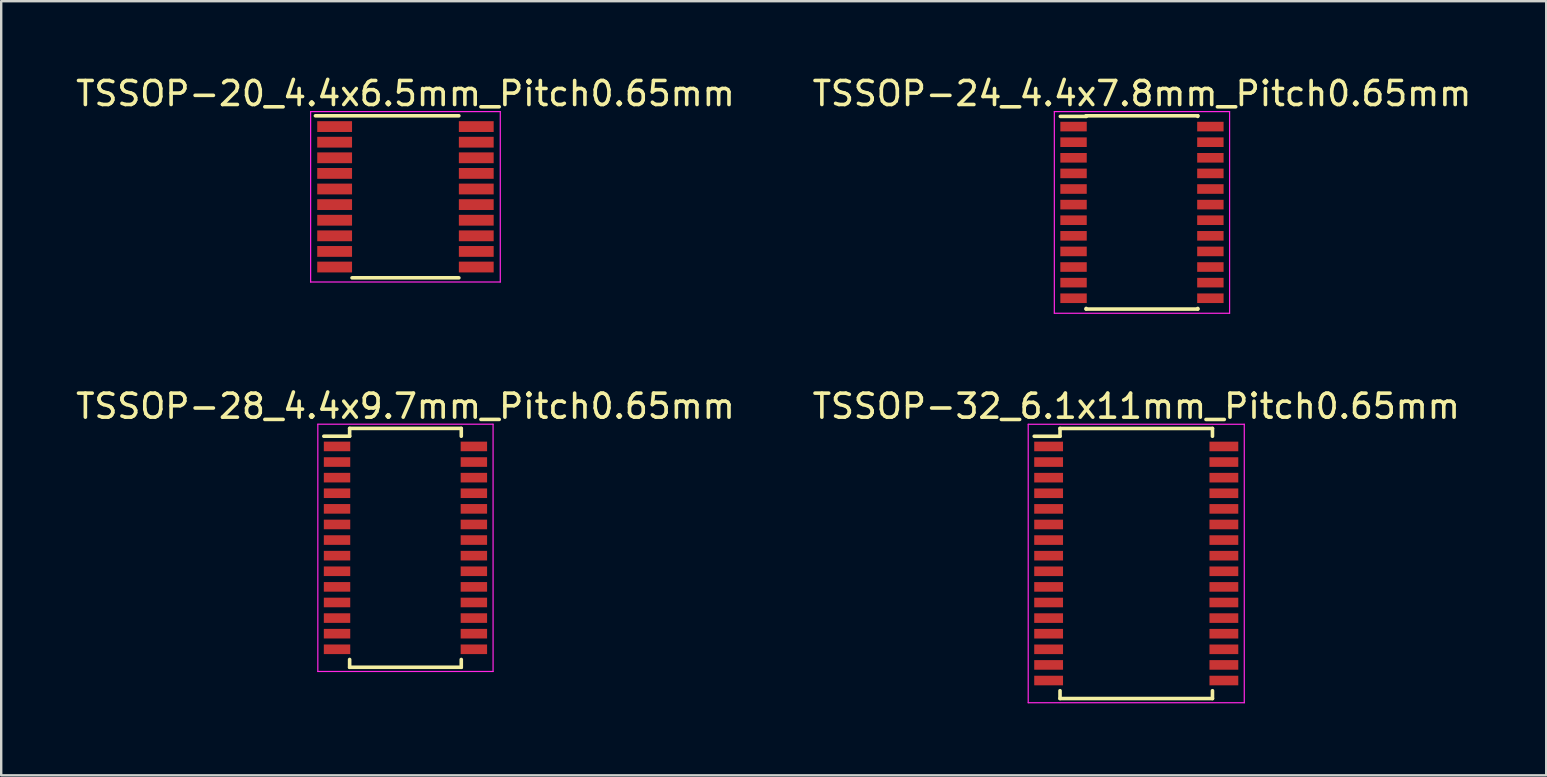
<source format=kicad_pcb>
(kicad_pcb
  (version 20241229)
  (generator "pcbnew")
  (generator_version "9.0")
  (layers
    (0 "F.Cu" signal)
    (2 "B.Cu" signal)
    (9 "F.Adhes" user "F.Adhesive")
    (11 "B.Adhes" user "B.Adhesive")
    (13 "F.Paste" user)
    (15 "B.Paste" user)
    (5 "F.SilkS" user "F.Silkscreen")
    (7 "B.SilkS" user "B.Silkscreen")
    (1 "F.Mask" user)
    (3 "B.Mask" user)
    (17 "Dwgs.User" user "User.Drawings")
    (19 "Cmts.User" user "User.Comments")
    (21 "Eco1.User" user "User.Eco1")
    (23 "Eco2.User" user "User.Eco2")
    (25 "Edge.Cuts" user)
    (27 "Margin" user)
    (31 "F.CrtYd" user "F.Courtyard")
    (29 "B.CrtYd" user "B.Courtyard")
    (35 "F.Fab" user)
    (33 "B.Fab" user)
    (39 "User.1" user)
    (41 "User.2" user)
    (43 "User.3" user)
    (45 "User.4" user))
  (footprint "TSSOP-20_4.4x6.5mm_Pitch0.65mm"
    (layer "F.Cu")
    (at 13.839 5.148)
    (property "Reference" "TSSOP-20_4.4x6.5mm_Pitch0.65mm" (at 0 -4.3 0) (layer "F.SilkS") (effects (font (size 1 1) (thickness 0.15))))
    (attr smd)
    (fp_line (start -3.75 -3.375) (end 2.225 -3.375) (stroke (width 0.15) (type solid)) (layer "F.SilkS"))
    (fp_line (start -2.225 3.375) (end 2.225 3.375) (stroke (width 0.15) (type solid)) (layer "F.SilkS"))
    (fp_line (start -3.95 -3.55) (end -3.95 3.55) (stroke (width 0.05) (type solid)) (layer "F.CrtYd"))
    (fp_line (start -3.95 -3.55) (end 3.95 -3.55) (stroke (width 0.05) (type solid)) (layer "F.CrtYd"))
    (fp_line (start -3.95 3.55) (end 3.95 3.55) (stroke (width 0.05) (type solid)) (layer "F.CrtYd"))
    (fp_line (start 3.95 -3.55) (end 3.95 3.55) (stroke (width 0.05) (type solid)) (layer "F.CrtYd"))
    (pad "1" smd rect (at -2.95 -2.925) (size 1.45 0.45) (layers "F.Cu" "F.Mask" "F.Paste"))
    (pad "2" smd rect (at -2.95 -2.275) (size 1.45 0.45) (layers "F.Cu" "F.Mask" "F.Paste"))
    (pad "3" smd rect (at -2.95 -1.625) (size 1.45 0.45) (layers "F.Cu" "F.Mask" "F.Paste"))
    (pad "4" smd rect (at -2.95 -0.975) (size 1.45 0.45) (layers "F.Cu" "F.Mask" "F.Paste"))
    (pad "5" smd rect (at -2.95 -0.325) (size 1.45 0.45) (layers "F.Cu" "F.Mask" "F.Paste"))
    (pad "6" smd rect (at -2.95 0.325) (size 1.45 0.45) (layers "F.Cu" "F.Mask" "F.Paste"))
    (pad "7" smd rect (at -2.95 0.975) (size 1.45 0.45) (layers "F.Cu" "F.Mask" "F.Paste"))
    (pad "8" smd rect (at -2.95 1.625) (size 1.45 0.45) (layers "F.Cu" "F.Mask" "F.Paste"))
    (pad "9" smd rect (at -2.95 2.275) (size 1.45 0.45) (layers "F.Cu" "F.Mask" "F.Paste"))
    (pad "10" smd rect (at -2.95 2.925) (size 1.45 0.45) (layers "F.Cu" "F.Mask" "F.Paste"))
    (pad "11" smd rect (at 2.95 2.925) (size 1.45 0.45) (layers "F.Cu" "F.Mask" "F.Paste"))
    (pad "12" smd rect (at 2.95 2.275) (size 1.45 0.45) (layers "F.Cu" "F.Mask" "F.Paste"))
    (pad "13" smd rect (at 2.95 1.625) (size 1.45 0.45) (layers "F.Cu" "F.Mask" "F.Paste"))
    (pad "14" smd rect (at 2.95 0.975) (size 1.45 0.45) (layers "F.Cu" "F.Mask" "F.Paste"))
    (pad "15" smd rect (at 2.95 0.325) (size 1.45 0.45) (layers "F.Cu" "F.Mask" "F.Paste"))
    (pad "16" smd rect (at 2.95 -0.325) (size 1.45 0.45) (layers "F.Cu" "F.Mask" "F.Paste"))
    (pad "17" smd rect (at 2.95 -0.975) (size 1.45 0.45) (layers "F.Cu" "F.Mask" "F.Paste"))
    (pad "18" smd rect (at 2.95 -1.625) (size 1.45 0.45) (layers "F.Cu" "F.Mask" "F.Paste"))
    (pad "19" smd rect (at 2.95 -2.275) (size 1.45 0.45) (layers "F.Cu" "F.Mask" "F.Paste"))
    (pad "20" smd rect (at 2.95 -2.925) (size 1.45 0.45) (layers "F.Cu" "F.Mask" "F.Paste")))
  (footprint "TSSOP-24_4.4x7.8mm_Pitch0.65mm"
    (layer "F.Cu")
    (at 44.518 5.798)
    (property "Reference" "TSSOP-24_4.4x7.8mm_Pitch0.65mm" (at 0 -4.95 0) (layer "F.SilkS") (effects (font (size 1 1) (thickness 0.15))))
    (attr smd)
    (fp_line (start -2.325 -4.025) (end -2.325 -4) (stroke (width 0.15) (type solid)) (layer "F.SilkS"))
    (fp_line (start -2.325 -4.025) (end 2.325 -4.025) (stroke (width 0.15) (type solid)) (layer "F.SilkS"))
    (fp_line (start -2.325 -4) (end -3.4 -4) (stroke (width 0.15) (type solid)) (layer "F.SilkS"))
    (fp_line (start -2.325 4.025) (end -2.325 4) (stroke (width 0.15) (type solid)) (layer "F.SilkS"))
    (fp_line (start -2.325 4.025) (end 2.325 4.025) (stroke (width 0.15) (type solid)) (layer "F.SilkS"))
    (fp_line (start 2.325 -4.025) (end 2.325 -4) (stroke (width 0.15) (type solid)) (layer "F.SilkS"))
    (fp_line (start 2.325 4.025) (end 2.325 4) (stroke (width 0.15) (type solid)) (layer "F.SilkS"))
    (fp_line (start -3.65 -4.2) (end -3.65 4.2) (stroke (width 0.05) (type solid)) (layer "F.CrtYd"))
    (fp_line (start -3.65 -4.2) (end 3.65 -4.2) (stroke (width 0.05) (type solid)) (layer "F.CrtYd"))
    (fp_line (start -3.65 4.2) (end 3.65 4.2) (stroke (width 0.05) (type solid)) (layer "F.CrtYd"))
    (fp_line (start 3.65 -4.2) (end 3.65 4.2) (stroke (width 0.05) (type solid)) (layer "F.CrtYd"))
    (pad "1" smd rect (at -2.85 -3.575) (size 1.1 0.4) (layers "F.Cu" "F.Mask" "F.Paste"))
    (pad "2" smd rect (at -2.85 -2.925) (size 1.1 0.4) (layers "F.Cu" "F.Mask" "F.Paste"))
    (pad "3" smd rect (at -2.85 -2.275) (size 1.1 0.4) (layers "F.Cu" "F.Mask" "F.Paste"))
    (pad "4" smd rect (at -2.85 -1.625) (size 1.1 0.4) (layers "F.Cu" "F.Mask" "F.Paste"))
    (pad "5" smd rect (at -2.85 -0.975) (size 1.1 0.4) (layers "F.Cu" "F.Mask" "F.Paste"))
    (pad "6" smd rect (at -2.85 -0.325) (size 1.1 0.4) (layers "F.Cu" "F.Mask" "F.Paste"))
    (pad "7" smd rect (at -2.85 0.325) (size 1.1 0.4) (layers "F.Cu" "F.Mask" "F.Paste"))
    (pad "8" smd rect (at -2.85 0.975) (size 1.1 0.4) (layers "F.Cu" "F.Mask" "F.Paste"))
    (pad "9" smd rect (at -2.85 1.625) (size 1.1 0.4) (layers "F.Cu" "F.Mask" "F.Paste"))
    (pad "10" smd rect (at -2.85 2.275) (size 1.1 0.4) (layers "F.Cu" "F.Mask" "F.Paste"))
    (pad "11" smd rect (at -2.85 2.925) (size 1.1 0.4) (layers "F.Cu" "F.Mask" "F.Paste"))
    (pad "12" smd rect (at -2.85 3.575) (size 1.1 0.4) (layers "F.Cu" "F.Mask" "F.Paste"))
    (pad "13" smd rect (at 2.85 3.575) (size 1.1 0.4) (layers "F.Cu" "F.Mask" "F.Paste"))
    (pad "14" smd rect (at 2.85 2.925) (size 1.1 0.4) (layers "F.Cu" "F.Mask" "F.Paste"))
    (pad "15" smd rect (at 2.85 2.275) (size 1.1 0.4) (layers "F.Cu" "F.Mask" "F.Paste"))
    (pad "16" smd rect (at 2.85 1.625) (size 1.1 0.4) (layers "F.Cu" "F.Mask" "F.Paste"))
    (pad "17" smd rect (at 2.85 0.975) (size 1.1 0.4) (layers "F.Cu" "F.Mask" "F.Paste"))
    (pad "18" smd rect (at 2.85 0.325) (size 1.1 0.4) (layers "F.Cu" "F.Mask" "F.Paste"))
    (pad "19" smd rect (at 2.85 -0.325) (size 1.1 0.4) (layers "F.Cu" "F.Mask" "F.Paste"))
    (pad "20" smd rect (at 2.85 -0.975) (size 1.1 0.4) (layers "F.Cu" "F.Mask" "F.Paste"))
    (pad "21" smd rect (at 2.85 -1.625) (size 1.1 0.4) (layers "F.Cu" "F.Mask" "F.Paste"))
    (pad "22" smd rect (at 2.85 -2.275) (size 1.1 0.4) (layers "F.Cu" "F.Mask" "F.Paste"))
    (pad "23" smd rect (at 2.85 -2.925) (size 1.1 0.4) (layers "F.Cu" "F.Mask" "F.Paste"))
    (pad "24" smd rect (at 2.85 -3.575) (size 1.1 0.4) (layers "F.Cu" "F.Mask" "F.Paste")))
  (footprint "TSSOP-32_6.1x11mm_Pitch0.65mm"
    (layer "F.Cu")
    (at 44.28 20.422)
    (property "Reference" "TSSOP-32_6.1x11mm_Pitch0.65mm" (at 0 -6.55 0) (layer "F.SilkS") (effects (font (size 1 1) (thickness 0.15))))
    (attr smd)
    (fp_line (start -3.175 -5.625) (end -3.175 -5.3) (stroke (width 0.15) (type solid)) (layer "F.SilkS"))
    (fp_line (start -3.175 -5.625) (end 3.175 -5.625) (stroke (width 0.15) (type solid)) (layer "F.SilkS"))
    (fp_line (start -3.175 -5.3) (end -4.25 -5.3) (stroke (width 0.15) (type solid)) (layer "F.SilkS"))
    (fp_line (start -3.175 5.625) (end -3.175 5.3) (stroke (width 0.15) (type solid)) (layer "F.SilkS"))
    (fp_line (start -3.175 5.625) (end 3.175 5.625) (stroke (width 0.15) (type solid)) (layer "F.SilkS"))
    (fp_line (start 3.175 -5.625) (end 3.175 -5.3) (stroke (width 0.15) (type solid)) (layer "F.SilkS"))
    (fp_line (start 3.175 5.625) (end 3.175 5.3) (stroke (width 0.15) (type solid)) (layer "F.SilkS"))
    (fp_line (start -4.5 -5.8) (end -4.5 5.8) (stroke (width 0.05) (type solid)) (layer "F.CrtYd"))
    (fp_line (start -4.5 -5.8) (end 4.5 -5.8) (stroke (width 0.05) (type solid)) (layer "F.CrtYd"))
    (fp_line (start -4.5 5.8) (end 4.5 5.8) (stroke (width 0.05) (type solid)) (layer "F.CrtYd"))
    (fp_line (start 4.5 -5.8) (end 4.5 5.8) (stroke (width 0.05) (type solid)) (layer "F.CrtYd"))
    (pad "1" smd rect (at -3.65 -4.875) (size 1.2 0.4) (layers "F.Cu" "F.Mask" "F.Paste"))
    (pad "2" smd rect (at -3.65 -4.225) (size 1.2 0.4) (layers "F.Cu" "F.Mask" "F.Paste"))
    (pad "3" smd rect (at -3.65 -3.575) (size 1.2 0.4) (layers "F.Cu" "F.Mask" "F.Paste"))
    (pad "4" smd rect (at -3.65 -2.925) (size 1.2 0.4) (layers "F.Cu" "F.Mask" "F.Paste"))
    (pad "5" smd rect (at -3.65 -2.275) (size 1.2 0.4) (layers "F.Cu" "F.Mask" "F.Paste"))
    (pad "6" smd rect (at -3.65 -1.625) (size 1.2 0.4) (layers "F.Cu" "F.Mask" "F.Paste"))
    (pad "7" smd rect (at -3.65 -0.975) (size 1.2 0.4) (layers "F.Cu" "F.Mask" "F.Paste"))
    (pad "8" smd rect (at -3.65 -0.325) (size 1.2 0.4) (layers "F.Cu" "F.Mask" "F.Paste"))
    (pad "9" smd rect (at -3.65 0.325) (size 1.2 0.4) (layers "F.Cu" "F.Mask" "F.Paste"))
    (pad "10" smd rect (at -3.65 0.975) (size 1.2 0.4) (layers "F.Cu" "F.Mask" "F.Paste"))
    (pad "11" smd rect (at -3.65 1.625) (size 1.2 0.4) (layers "F.Cu" "F.Mask" "F.Paste"))
    (pad "12" smd rect (at -3.65 2.275) (size 1.2 0.4) (layers "F.Cu" "F.Mask" "F.Paste"))
    (pad "13" smd rect (at -3.65 2.925) (size 1.2 0.4) (layers "F.Cu" "F.Mask" "F.Paste"))
    (pad "14" smd rect (at -3.65 3.575) (size 1.2 0.4) (layers "F.Cu" "F.Mask" "F.Paste"))
    (pad "15" smd rect (at -3.65 4.225) (size 1.2 0.4) (layers "F.Cu" "F.Mask" "F.Paste"))
    (pad "16" smd rect (at -3.65 4.875) (size 1.2 0.4) (layers "F.Cu" "F.Mask" "F.Paste"))
    (pad "17" smd rect (at 3.65 4.875) (size 1.2 0.4) (layers "F.Cu" "F.Mask" "F.Paste"))
    (pad "18" smd rect (at 3.65 4.225) (size 1.2 0.4) (layers "F.Cu" "F.Mask" "F.Paste"))
    (pad "19" smd rect (at 3.65 3.575) (size 1.2 0.4) (layers "F.Cu" "F.Mask" "F.Paste"))
    (pad "20" smd rect (at 3.65 2.925) (size 1.2 0.4) (layers "F.Cu" "F.Mask" "F.Paste"))
    (pad "21" smd rect (at 3.65 2.275) (size 1.2 0.4) (layers "F.Cu" "F.Mask" "F.Paste"))
    (pad "22" smd rect (at 3.65 1.625) (size 1.2 0.4) (layers "F.Cu" "F.Mask" "F.Paste"))
    (pad "23" smd rect (at 3.65 0.975) (size 1.2 0.4) (layers "F.Cu" "F.Mask" "F.Paste"))
    (pad "24" smd rect (at 3.65 0.325) (size 1.2 0.4) (layers "F.Cu" "F.Mask" "F.Paste"))
    (pad "25" smd rect (at 3.65 -0.325) (size 1.2 0.4) (layers "F.Cu" "F.Mask" "F.Paste"))
    (pad "26" smd rect (at 3.65 -0.975) (size 1.2 0.4) (layers "F.Cu" "F.Mask" "F.Paste"))
    (pad "27" smd rect (at 3.65 -1.625) (size 1.2 0.4) (layers "F.Cu" "F.Mask" "F.Paste"))
    (pad "28" smd rect (at 3.65 -2.275) (size 1.2 0.4) (layers "F.Cu" "F.Mask" "F.Paste"))
    (pad "29" smd rect (at 3.65 -2.925) (size 1.2 0.4) (layers "F.Cu" "F.Mask" "F.Paste"))
    (pad "30" smd rect (at 3.65 -3.575) (size 1.2 0.4) (layers "F.Cu" "F.Mask" "F.Paste"))
    (pad "31" smd rect (at 3.65 -4.225) (size 1.2 0.4) (layers "F.Cu" "F.Mask" "F.Paste"))
    (pad "32" smd rect (at 3.65 -4.875) (size 1.2 0.4) (layers "F.Cu" "F.Mask" "F.Paste")))
  (footprint "TSSOP-28_4.4x9.7mm_Pitch0.65mm"
    (layer "F.Cu")
    (at 13.839 19.771)
    (property "Reference" "TSSOP-28_4.4x9.7mm_Pitch0.65mm" (at 0 -5.9 0) (layer "F.SilkS") (effects (font (size 1 1) (thickness 0.15))))
    (attr smd)
    (fp_line (start -2.325 -4.975) (end -2.325 -4.65) (stroke (width 0.15) (type solid)) (layer "F.SilkS"))
    (fp_line (start -2.325 -4.975) (end 2.325 -4.975) (stroke (width 0.15) (type solid)) (layer "F.SilkS"))
    (fp_line (start -2.325 -4.65) (end -3.4 -4.65) (stroke (width 0.15) (type solid)) (layer "F.SilkS"))
    (fp_line (start -2.325 4.975) (end -2.325 4.65) (stroke (width 0.15) (type solid)) (layer "F.SilkS"))
    (fp_line (start -2.325 4.975) (end 2.325 4.975) (stroke (width 0.15) (type solid)) (layer "F.SilkS"))
    (fp_line (start 2.325 -4.975) (end 2.325 -4.65) (stroke (width 0.15) (type solid)) (layer "F.SilkS"))
    (fp_line (start 2.325 4.975) (end 2.325 4.65) (stroke (width 0.15) (type solid)) (layer "F.SilkS"))
    (fp_line (start -3.65 -5.15) (end -3.65 5.15) (stroke (width 0.05) (type solid)) (layer "F.CrtYd"))
    (fp_line (start -3.65 -5.15) (end 3.65 -5.15) (stroke (width 0.05) (type solid)) (layer "F.CrtYd"))
    (fp_line (start -3.65 5.15) (end 3.65 5.15) (stroke (width 0.05) (type solid)) (layer "F.CrtYd"))
    (fp_line (start 3.65 -5.15) (end 3.65 5.15) (stroke (width 0.05) (type solid)) (layer "F.CrtYd"))
    (pad "1" smd rect (at -2.85 -4.225) (size 1.1 0.4) (layers "F.Cu" "F.Mask" "F.Paste"))
    (pad "2" smd rect (at -2.85 -3.575) (size 1.1 0.4) (layers "F.Cu" "F.Mask" "F.Paste"))
    (pad "3" smd rect (at -2.85 -2.925) (size 1.1 0.4) (layers "F.Cu" "F.Mask" "F.Paste"))
    (pad "4" smd rect (at -2.85 -2.275) (size 1.1 0.4) (layers "F.Cu" "F.Mask" "F.Paste"))
    (pad "5" smd rect (at -2.85 -1.625) (size 1.1 0.4) (layers "F.Cu" "F.Mask" "F.Paste"))
    (pad "6" smd rect (at -2.85 -0.975) (size 1.1 0.4) (layers "F.Cu" "F.Mask" "F.Paste"))
    (pad "7" smd rect (at -2.85 -0.325) (size 1.1 0.4) (layers "F.Cu" "F.Mask" "F.Paste"))
    (pad "8" smd rect (at -2.85 0.325) (size 1.1 0.4) (layers "F.Cu" "F.Mask" "F.Paste"))
    (pad "9" smd rect (at -2.85 0.975) (size 1.1 0.4) (layers "F.Cu" "F.Mask" "F.Paste"))
    (pad "10" smd rect (at -2.85 1.625) (size 1.1 0.4) (layers "F.Cu" "F.Mask" "F.Paste"))
    (pad "11" smd rect (at -2.85 2.275) (size 1.1 0.4) (layers "F.Cu" "F.Mask" "F.Paste"))
    (pad "12" smd rect (at -2.85 2.925) (size 1.1 0.4) (layers "F.Cu" "F.Mask" "F.Paste"))
    (pad "13" smd rect (at -2.85 3.575) (size 1.1 0.4) (layers "F.Cu" "F.Mask" "F.Paste"))
    (pad "14" smd rect (at -2.85 4.225) (size 1.1 0.4) (layers "F.Cu" "F.Mask" "F.Paste"))
    (pad "15" smd rect (at 2.85 4.225) (size 1.1 0.4) (layers "F.Cu" "F.Mask" "F.Paste"))
    (pad "16" smd rect (at 2.85 3.575) (size 1.1 0.4) (layers "F.Cu" "F.Mask" "F.Paste"))
    (pad "17" smd rect (at 2.85 2.925) (size 1.1 0.4) (layers "F.Cu" "F.Mask" "F.Paste"))
    (pad "18" smd rect (at 2.85 2.275) (size 1.1 0.4) (layers "F.Cu" "F.Mask" "F.Paste"))
    (pad "19" smd rect (at 2.85 1.625) (size 1.1 0.4) (layers "F.Cu" "F.Mask" "F.Paste"))
    (pad "20" smd rect (at 2.85 0.975) (size 1.1 0.4) (layers "F.Cu" "F.Mask" "F.Paste"))
    (pad "21" smd rect (at 2.85 0.325) (size 1.1 0.4) (layers "F.Cu" "F.Mask" "F.Paste"))
    (pad "22" smd rect (at 2.85 -0.325) (size 1.1 0.4) (layers "F.Cu" "F.Mask" "F.Paste"))
    (pad "23" smd rect (at 2.85 -0.975) (size 1.1 0.4) (layers "F.Cu" "F.Mask" "F.Paste"))
    (pad "24" smd rect (at 2.85 -1.625) (size 1.1 0.4) (layers "F.Cu" "F.Mask" "F.Paste"))
    (pad "25" smd rect (at 2.85 -2.275) (size 1.1 0.4) (layers "F.Cu" "F.Mask" "F.Paste"))
    (pad "26" smd rect (at 2.85 -2.925) (size 1.1 0.4) (layers "F.Cu" "F.Mask" "F.Paste"))
    (pad "27" smd rect (at 2.85 -3.575) (size 1.1 0.4) (layers "F.Cu" "F.Mask" "F.Paste"))
    (pad "28" smd rect (at 2.85 -4.225) (size 1.1 0.4) (layers "F.Cu" "F.Mask" "F.Paste")))
  (gr_rect
    (start -3 -3)
    (end 61.357 29.247)
    (stroke (width 0.1) (type default))
    (fill no)
    (layer "Edge.Cuts")))
</source>
